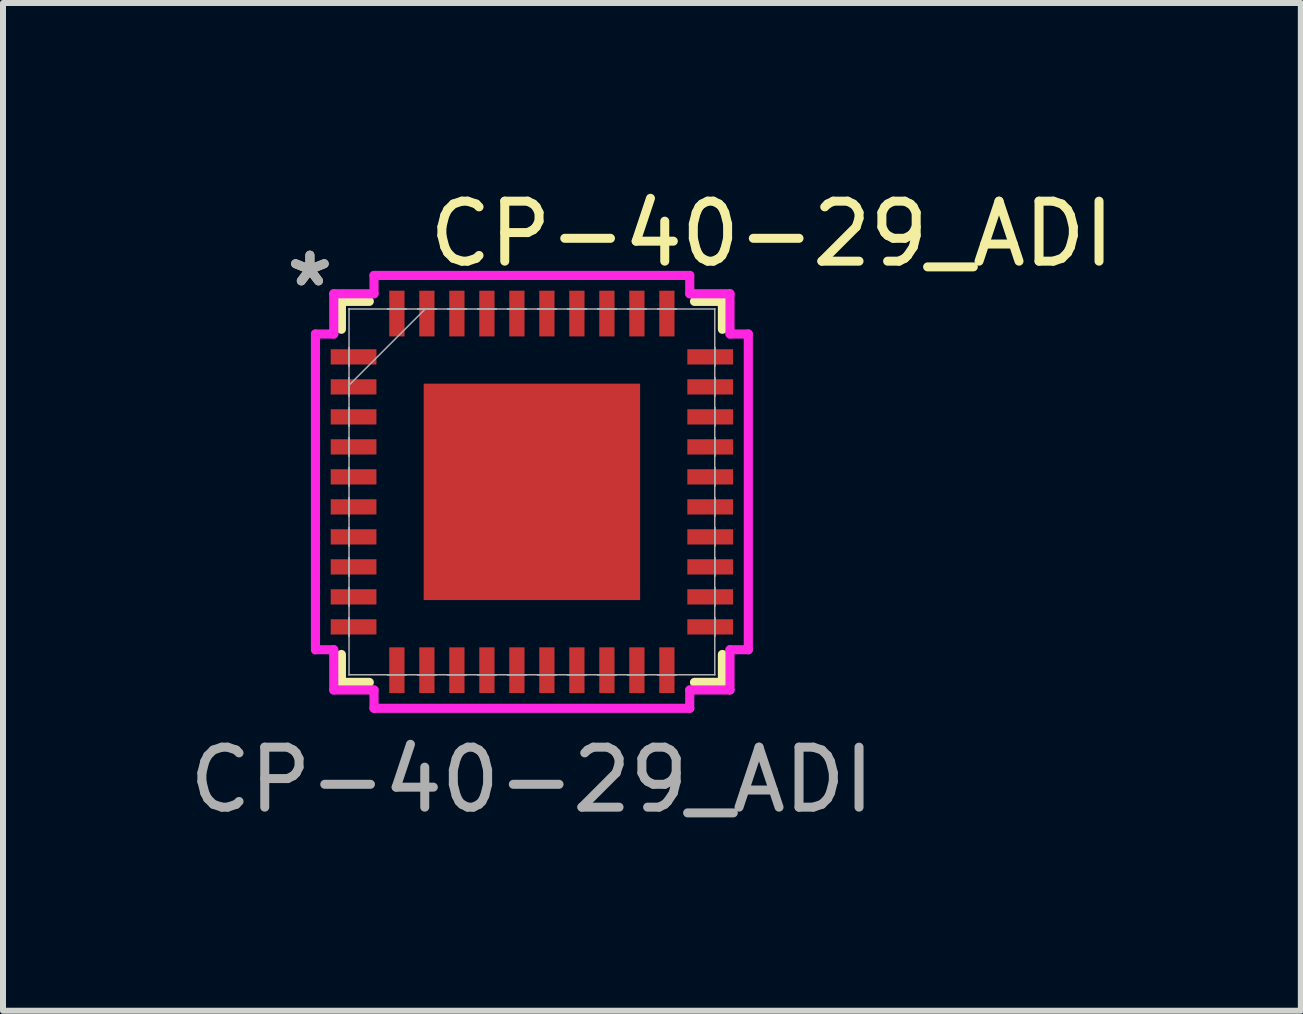
<source format=kicad_pcb>
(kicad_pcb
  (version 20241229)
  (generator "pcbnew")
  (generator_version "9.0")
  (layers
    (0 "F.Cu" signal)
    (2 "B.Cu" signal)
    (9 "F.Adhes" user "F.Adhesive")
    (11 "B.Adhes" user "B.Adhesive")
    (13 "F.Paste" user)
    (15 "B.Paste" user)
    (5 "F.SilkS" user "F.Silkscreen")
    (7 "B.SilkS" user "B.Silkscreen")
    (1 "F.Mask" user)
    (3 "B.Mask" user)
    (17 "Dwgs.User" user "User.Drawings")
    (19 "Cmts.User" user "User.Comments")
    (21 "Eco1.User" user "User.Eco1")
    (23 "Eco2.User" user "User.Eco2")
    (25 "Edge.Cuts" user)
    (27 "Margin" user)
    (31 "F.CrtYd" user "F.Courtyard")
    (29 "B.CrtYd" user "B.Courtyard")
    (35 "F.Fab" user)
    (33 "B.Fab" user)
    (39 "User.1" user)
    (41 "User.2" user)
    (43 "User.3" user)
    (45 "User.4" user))
  (footprint "CP-40-29_ADI"
    (layer "F.Cu")
    (at 5.815 5.148)
    (property "Reference" "CP-40-29_ADI" (at 4 -4.3 0) (unlocked yes) (layer "F.SilkS") (effects (font (size 1 1) (thickness 0.15))))
    (attr smd)
    (fp_line (start -3.175 -3.175) (end -3.175 -2.71) (stroke (width 0.152) (type solid)) (layer "F.SilkS"))
    (fp_line (start -3.175 2.71) (end -3.175 3.175) (stroke (width 0.152) (type solid)) (layer "F.SilkS"))
    (fp_line (start -3.175 3.175) (end -2.71 3.175) (stroke (width 0.152) (type solid)) (layer "F.SilkS"))
    (fp_line (start -2.71 -3.175) (end -3.175 -3.175) (stroke (width 0.152) (type solid)) (layer "F.SilkS"))
    (fp_line (start 2.71 3.175) (end 3.175 3.175) (stroke (width 0.152) (type solid)) (layer "F.SilkS"))
    (fp_line (start 3.175 -3.175) (end 2.71 -3.175) (stroke (width 0.152) (type solid)) (layer "F.SilkS"))
    (fp_line (start 3.175 -2.71) (end 3.175 -3.175) (stroke (width 0.152) (type solid)) (layer "F.SilkS"))
    (fp_line (start 3.175 3.175) (end 3.175 2.71) (stroke (width 0.152) (type solid)) (layer "F.SilkS"))
    (fp_poly (pts (xy -1.703 -1.703) (xy -1.703 -0.1) (xy -0.1 -0.1) (xy -0.1 -1.703)) (stroke (width 0) (type solid)) (fill yes) (layer "F.Paste"))
    (fp_poly (pts (xy -1.703 0.1) (xy -1.703 1.703) (xy -0.1 1.703) (xy -0.1 0.1)) (stroke (width 0) (type solid)) (fill yes) (layer "F.Paste"))
    (fp_poly (pts (xy 0.1 -1.703) (xy 0.1 -0.1) (xy 1.703 -0.1) (xy 1.703 -1.703)) (stroke (width 0) (type solid)) (fill yes) (layer "F.Paste"))
    (fp_poly (pts (xy 0.1 0.1) (xy 0.1 1.703) (xy 1.703 1.703) (xy 1.703 0.1)) (stroke (width 0) (type solid)) (fill yes) (layer "F.Paste"))
    (fp_line (start -3.607 -2.631) (end -3.302 -2.631) (stroke (width 0.152) (type solid)) (layer "F.CrtYd"))
    (fp_line (start -3.607 2.631) (end -3.607 -2.631) (stroke (width 0.152) (type solid)) (layer "F.CrtYd"))
    (fp_line (start -3.302 -3.302) (end -2.631 -3.302) (stroke (width 0.152) (type solid)) (layer "F.CrtYd"))
    (fp_line (start -3.302 -2.631) (end -3.302 -3.302) (stroke (width 0.152) (type solid)) (layer "F.CrtYd"))
    (fp_line (start -3.302 2.631) (end -3.607 2.631) (stroke (width 0.152) (type solid)) (layer "F.CrtYd"))
    (fp_line (start -3.302 3.302) (end -3.302 2.631) (stroke (width 0.152) (type solid)) (layer "F.CrtYd"))
    (fp_line (start -2.631 -3.607) (end 2.631 -3.607) (stroke (width 0.152) (type solid)) (layer "F.CrtYd"))
    (fp_line (start -2.631 -3.302) (end -2.631 -3.607) (stroke (width 0.152) (type solid)) (layer "F.CrtYd"))
    (fp_line (start -2.631 3.302) (end -3.302 3.302) (stroke (width 0.152) (type solid)) (layer "F.CrtYd"))
    (fp_line (start -2.631 3.607) (end -2.631 3.302) (stroke (width 0.152) (type solid)) (layer "F.CrtYd"))
    (fp_line (start 2.631 -3.607) (end 2.631 -3.302) (stroke (width 0.152) (type solid)) (layer "F.CrtYd"))
    (fp_line (start 2.631 -3.302) (end 3.302 -3.302) (stroke (width 0.152) (type solid)) (layer "F.CrtYd"))
    (fp_line (start 2.631 3.302) (end 2.631 3.607) (stroke (width 0.152) (type solid)) (layer "F.CrtYd"))
    (fp_line (start 2.631 3.607) (end -2.631 3.607) (stroke (width 0.152) (type solid)) (layer "F.CrtYd"))
    (fp_line (start 3.302 -3.302) (end 3.302 -2.631) (stroke (width 0.152) (type solid)) (layer "F.CrtYd"))
    (fp_line (start 3.302 -2.631) (end 3.607 -2.631) (stroke (width 0.152) (type solid)) (layer "F.CrtYd"))
    (fp_line (start 3.302 2.631) (end 3.302 3.302) (stroke (width 0.152) (type solid)) (layer "F.CrtYd"))
    (fp_line (start 3.302 3.302) (end 2.631 3.302) (stroke (width 0.152) (type solid)) (layer "F.CrtYd"))
    (fp_line (start 3.607 -2.631) (end 3.607 2.631) (stroke (width 0.152) (type solid)) (layer "F.CrtYd"))
    (fp_line (start 3.607 2.631) (end 3.302 2.631) (stroke (width 0.152) (type solid)) (layer "F.CrtYd"))
    (fp_line (start -3.048 -3.048) (end -3.048 -3.048) (stroke (width 0.025) (type solid)) (layer "F.Fab"))
    (fp_line (start -3.048 -3.048) (end -3.048 3.048) (stroke (width 0.025) (type solid)) (layer "F.Fab"))
    (fp_line (start -3.048 -2.402) (end -3.048 -2.402) (stroke (width 0.025) (type solid)) (layer "F.Fab"))
    (fp_line (start -3.048 -2.402) (end -3.048 -2.098) (stroke (width 0.025) (type solid)) (layer "F.Fab"))
    (fp_line (start -3.048 -2.098) (end -3.048 -2.402) (stroke (width 0.025) (type solid)) (layer "F.Fab"))
    (fp_line (start -3.048 -2.098) (end -3.048 -2.098) (stroke (width 0.025) (type solid)) (layer "F.Fab"))
    (fp_line (start -3.048 -1.902) (end -3.048 -1.902) (stroke (width 0.025) (type solid)) (layer "F.Fab"))
    (fp_line (start -3.048 -1.902) (end -3.048 -1.598) (stroke (width 0.025) (type solid)) (layer "F.Fab"))
    (fp_line (start -3.048 -1.778) (end -1.778 -3.048) (stroke (width 0.025) (type solid)) (layer "F.Fab"))
    (fp_line (start -3.048 -1.598) (end -3.048 -1.902) (stroke (width 0.025) (type solid)) (layer "F.Fab"))
    (fp_line (start -3.048 -1.598) (end -3.048 -1.598) (stroke (width 0.025) (type solid)) (layer "F.Fab"))
    (fp_line (start -3.048 -1.402) (end -3.048 -1.402) (stroke (width 0.025) (type solid)) (layer "F.Fab"))
    (fp_line (start -3.048 -1.402) (end -3.048 -1.098) (stroke (width 0.025) (type solid)) (layer "F.Fab"))
    (fp_line (start -3.048 -1.098) (end -3.048 -1.402) (stroke (width 0.025) (type solid)) (layer "F.Fab"))
    (fp_line (start -3.048 -1.098) (end -3.048 -1.098) (stroke (width 0.025) (type solid)) (layer "F.Fab"))
    (fp_line (start -3.048 -0.902) (end -3.048 -0.902) (stroke (width 0.025) (type solid)) (layer "F.Fab"))
    (fp_line (start -3.048 -0.902) (end -3.048 -0.598) (stroke (width 0.025) (type solid)) (layer "F.Fab"))
    (fp_line (start -3.048 -0.598) (end -3.048 -0.902) (stroke (width 0.025) (type solid)) (layer "F.Fab"))
    (fp_line (start -3.048 -0.598) (end -3.048 -0.598) (stroke (width 0.025) (type solid)) (layer "F.Fab"))
    (fp_line (start -3.048 -0.402) (end -3.048 -0.402) (stroke (width 0.025) (type solid)) (layer "F.Fab"))
    (fp_line (start -3.048 -0.402) (end -3.048 -0.098) (stroke (width 0.025) (type solid)) (layer "F.Fab"))
    (fp_line (start -3.048 -0.098) (end -3.048 -0.402) (stroke (width 0.025) (type solid)) (layer "F.Fab"))
    (fp_line (start -3.048 -0.098) (end -3.048 -0.098) (stroke (width 0.025) (type solid)) (layer "F.Fab"))
    (fp_line (start -3.048 0.098) (end -3.048 0.098) (stroke (width 0.025) (type solid)) (layer "F.Fab"))
    (fp_line (start -3.048 0.098) (end -3.048 0.402) (stroke (width 0.025) (type solid)) (layer "F.Fab"))
    (fp_line (start -3.048 0.402) (end -3.048 0.098) (stroke (width 0.025) (type solid)) (layer "F.Fab"))
    (fp_line (start -3.048 0.402) (end -3.048 0.402) (stroke (width 0.025) (type solid)) (layer "F.Fab"))
    (fp_line (start -3.048 0.598) (end -3.048 0.598) (stroke (width 0.025) (type solid)) (layer "F.Fab"))
    (fp_line (start -3.048 0.598) (end -3.048 0.902) (stroke (width 0.025) (type solid)) (layer "F.Fab"))
    (fp_line (start -3.048 0.902) (end -3.048 0.598) (stroke (width 0.025) (type solid)) (layer "F.Fab"))
    (fp_line (start -3.048 0.902) (end -3.048 0.902) (stroke (width 0.025) (type solid)) (layer "F.Fab"))
    (fp_line (start -3.048 1.098) (end -3.048 1.098) (stroke (width 0.025) (type solid)) (layer "F.Fab"))
    (fp_line (start -3.048 1.098) (end -3.048 1.402) (stroke (width 0.025) (type solid)) (layer "F.Fab"))
    (fp_line (start -3.048 1.402) (end -3.048 1.098) (stroke (width 0.025) (type solid)) (layer "F.Fab"))
    (fp_line (start -3.048 1.402) (end -3.048 1.402) (stroke (width 0.025) (type solid)) (layer "F.Fab"))
    (fp_line (start -3.048 1.598) (end -3.048 1.598) (stroke (width 0.025) (type solid)) (layer "F.Fab"))
    (fp_line (start -3.048 1.598) (end -3.048 1.902) (stroke (width 0.025) (type solid)) (layer "F.Fab"))
    (fp_line (start -3.048 1.902) (end -3.048 1.598) (stroke (width 0.025) (type solid)) (layer "F.Fab"))
    (fp_line (start -3.048 1.902) (end -3.048 1.902) (stroke (width 0.025) (type solid)) (layer "F.Fab"))
    (fp_line (start -3.048 2.098) (end -3.048 2.098) (stroke (width 0.025) (type solid)) (layer "F.Fab"))
    (fp_line (start -3.048 2.098) (end -3.048 2.402) (stroke (width 0.025) (type solid)) (layer "F.Fab"))
    (fp_line (start -3.048 2.402) (end -3.048 2.098) (stroke (width 0.025) (type solid)) (layer "F.Fab"))
    (fp_line (start -3.048 2.402) (end -3.048 2.402) (stroke (width 0.025) (type solid)) (layer "F.Fab"))
    (fp_line (start -3.048 3.048) (end -3.048 3.048) (stroke (width 0.025) (type solid)) (layer "F.Fab"))
    (fp_line (start -3.048 3.048) (end 3.048 3.048) (stroke (width 0.025) (type solid)) (layer "F.Fab"))
    (fp_line (start -2.402 -3.048) (end -2.402 -3.048) (stroke (width 0.025) (type solid)) (layer "F.Fab"))
    (fp_line (start -2.402 -3.048) (end -2.098 -3.048) (stroke (width 0.025) (type solid)) (layer "F.Fab"))
    (fp_line (start -2.402 3.048) (end -2.402 3.048) (stroke (width 0.025) (type solid)) (layer "F.Fab"))
    (fp_line (start -2.402 3.048) (end -2.098 3.048) (stroke (width 0.025) (type solid)) (layer "F.Fab"))
    (fp_line (start -2.098 -3.048) (end -2.402 -3.048) (stroke (width 0.025) (type solid)) (layer "F.Fab"))
    (fp_line (start -2.098 -3.048) (end -2.098 -3.048) (stroke (width 0.025) (type solid)) (layer "F.Fab"))
    (fp_line (start -2.098 3.048) (end -2.402 3.048) (stroke (width 0.025) (type solid)) (layer "F.Fab"))
    (fp_line (start -2.098 3.048) (end -2.098 3.048) (stroke (width 0.025) (type solid)) (layer "F.Fab"))
    (fp_line (start -1.902 -3.048) (end -1.902 -3.048) (stroke (width 0.025) (type solid)) (layer "F.Fab"))
    (fp_line (start -1.902 -3.048) (end -1.598 -3.048) (stroke (width 0.025) (type solid)) (layer "F.Fab"))
    (fp_line (start -1.902 3.048) (end -1.902 3.048) (stroke (width 0.025) (type solid)) (layer "F.Fab"))
    (fp_line (start -1.902 3.048) (end -1.598 3.048) (stroke (width 0.025) (type solid)) (layer "F.Fab"))
    (fp_line (start -1.598 -3.048) (end -1.902 -3.048) (stroke (width 0.025) (type solid)) (layer "F.Fab"))
    (fp_line (start -1.598 -3.048) (end -1.598 -3.048) (stroke (width 0.025) (type solid)) (layer "F.Fab"))
    (fp_line (start -1.598 3.048) (end -1.902 3.048) (stroke (width 0.025) (type solid)) (layer "F.Fab"))
    (fp_line (start -1.598 3.048) (end -1.598 3.048) (stroke (width 0.025) (type solid)) (layer "F.Fab"))
    (fp_line (start -1.402 -3.048) (end -1.402 -3.048) (stroke (width 0.025) (type solid)) (layer "F.Fab"))
    (fp_line (start -1.402 -3.048) (end -1.098 -3.048) (stroke (width 0.025) (type solid)) (layer "F.Fab"))
    (fp_line (start -1.402 3.048) (end -1.402 3.048) (stroke (width 0.025) (type solid)) (layer "F.Fab"))
    (fp_line (start -1.402 3.048) (end -1.098 3.048) (stroke (width 0.025) (type solid)) (layer "F.Fab"))
    (fp_line (start -1.098 -3.048) (end -1.402 -3.048) (stroke (width 0.025) (type solid)) (layer "F.Fab"))
    (fp_line (start -1.098 -3.048) (end -1.098 -3.048) (stroke (width 0.025) (type solid)) (layer "F.Fab"))
    (fp_line (start -1.098 3.048) (end -1.402 3.048) (stroke (width 0.025) (type solid)) (layer "F.Fab"))
    (fp_line (start -1.098 3.048) (end -1.098 3.048) (stroke (width 0.025) (type solid)) (layer "F.Fab"))
    (fp_line (start -0.902 -3.048) (end -0.902 -3.048) (stroke (width 0.025) (type solid)) (layer "F.Fab"))
    (fp_line (start -0.902 -3.048) (end -0.598 -3.048) (stroke (width 0.025) (type solid)) (layer "F.Fab"))
    (fp_line (start -0.902 3.048) (end -0.902 3.048) (stroke (width 0.025) (type solid)) (layer "F.Fab"))
    (fp_line (start -0.902 3.048) (end -0.598 3.048) (stroke (width 0.025) (type solid)) (layer "F.Fab"))
    (fp_line (start -0.598 -3.048) (end -0.902 -3.048) (stroke (width 0.025) (type solid)) (layer "F.Fab"))
    (fp_line (start -0.598 -3.048) (end -0.598 -3.048) (stroke (width 0.025) (type solid)) (layer "F.Fab"))
    (fp_line (start -0.598 3.048) (end -0.902 3.048) (stroke (width 0.025) (type solid)) (layer "F.Fab"))
    (fp_line (start -0.598 3.048) (end -0.598 3.048) (stroke (width 0.025) (type solid)) (layer "F.Fab"))
    (fp_line (start -0.402 -3.048) (end -0.402 -3.048) (stroke (width 0.025) (type solid)) (layer "F.Fab"))
    (fp_line (start -0.402 -3.048) (end -0.098 -3.048) (stroke (width 0.025) (type solid)) (layer "F.Fab"))
    (fp_line (start -0.402 3.048) (end -0.402 3.048) (stroke (width 0.025) (type solid)) (layer "F.Fab"))
    (fp_line (start -0.402 3.048) (end -0.098 3.048) (stroke (width 0.025) (type solid)) (layer "F.Fab"))
    (fp_line (start -0.098 -3.048) (end -0.402 -3.048) (stroke (width 0.025) (type solid)) (layer "F.Fab"))
    (fp_line (start -0.098 -3.048) (end -0.098 -3.048) (stroke (width 0.025) (type solid)) (layer "F.Fab"))
    (fp_line (start -0.098 3.048) (end -0.402 3.048) (stroke (width 0.025) (type solid)) (layer "F.Fab"))
    (fp_line (start -0.098 3.048) (end -0.098 3.048) (stroke (width 0.025) (type solid)) (layer "F.Fab"))
    (fp_line (start 0.098 -3.048) (end 0.098 -3.048) (stroke (width 0.025) (type solid)) (layer "F.Fab"))
    (fp_line (start 0.098 -3.048) (end 0.402 -3.048) (stroke (width 0.025) (type solid)) (layer "F.Fab"))
    (fp_line (start 0.098 3.048) (end 0.098 3.048) (stroke (width 0.025) (type solid)) (layer "F.Fab"))
    (fp_line (start 0.098 3.048) (end 0.402 3.048) (stroke (width 0.025) (type solid)) (layer "F.Fab"))
    (fp_line (start 0.402 -3.048) (end 0.098 -3.048) (stroke (width 0.025) (type solid)) (layer "F.Fab"))
    (fp_line (start 0.402 -3.048) (end 0.402 -3.048) (stroke (width 0.025) (type solid)) (layer "F.Fab"))
    (fp_line (start 0.402 3.048) (end 0.098 3.048) (stroke (width 0.025) (type solid)) (layer "F.Fab"))
    (fp_line (start 0.402 3.048) (end 0.402 3.048) (stroke (width 0.025) (type solid)) (layer "F.Fab"))
    (fp_line (start 0.598 -3.048) (end 0.598 -3.048) (stroke (width 0.025) (type solid)) (layer "F.Fab"))
    (fp_line (start 0.598 -3.048) (end 0.902 -3.048) (stroke (width 0.025) (type solid)) (layer "F.Fab"))
    (fp_line (start 0.598 3.048) (end 0.598 3.048) (stroke (width 0.025) (type solid)) (layer "F.Fab"))
    (fp_line (start 0.598 3.048) (end 0.902 3.048) (stroke (width 0.025) (type solid)) (layer "F.Fab"))
    (fp_line (start 0.902 -3.048) (end 0.598 -3.048) (stroke (width 0.025) (type solid)) (layer "F.Fab"))
    (fp_line (start 0.902 -3.048) (end 0.902 -3.048) (stroke (width 0.025) (type solid)) (layer "F.Fab"))
    (fp_line (start 0.902 3.048) (end 0.598 3.048) (stroke (width 0.025) (type solid)) (layer "F.Fab"))
    (fp_line (start 0.902 3.048) (end 0.902 3.048) (stroke (width 0.025) (type solid)) (layer "F.Fab"))
    (fp_line (start 1.098 -3.048) (end 1.098 -3.048) (stroke (width 0.025) (type solid)) (layer "F.Fab"))
    (fp_line (start 1.098 -3.048) (end 1.402 -3.048) (stroke (width 0.025) (type solid)) (layer "F.Fab"))
    (fp_line (start 1.098 3.048) (end 1.098 3.048) (stroke (width 0.025) (type solid)) (layer "F.Fab"))
    (fp_line (start 1.098 3.048) (end 1.402 3.048) (stroke (width 0.025) (type solid)) (layer "F.Fab"))
    (fp_line (start 1.402 -3.048) (end 1.098 -3.048) (stroke (width 0.025) (type solid)) (layer "F.Fab"))
    (fp_line (start 1.402 -3.048) (end 1.402 -3.048) (stroke (width 0.025) (type solid)) (layer "F.Fab"))
    (fp_line (start 1.402 3.048) (end 1.098 3.048) (stroke (width 0.025) (type solid)) (layer "F.Fab"))
    (fp_line (start 1.402 3.048) (end 1.402 3.048) (stroke (width 0.025) (type solid)) (layer "F.Fab"))
    (fp_line (start 1.598 -3.048) (end 1.598 -3.048) (stroke (width 0.025) (type solid)) (layer "F.Fab"))
    (fp_line (start 1.598 -3.048) (end 1.902 -3.048) (stroke (width 0.025) (type solid)) (layer "F.Fab"))
    (fp_line (start 1.598 3.048) (end 1.598 3.048) (stroke (width 0.025) (type solid)) (layer "F.Fab"))
    (fp_line (start 1.598 3.048) (end 1.902 3.048) (stroke (width 0.025) (type solid)) (layer "F.Fab"))
    (fp_line (start 1.902 -3.048) (end 1.598 -3.048) (stroke (width 0.025) (type solid)) (layer "F.Fab"))
    (fp_line (start 1.902 -3.048) (end 1.902 -3.048) (stroke (width 0.025) (type solid)) (layer "F.Fab"))
    (fp_line (start 1.902 3.048) (end 1.598 3.048) (stroke (width 0.025) (type solid)) (layer "F.Fab"))
    (fp_line (start 1.902 3.048) (end 1.902 3.048) (stroke (width 0.025) (type solid)) (layer "F.Fab"))
    (fp_line (start 2.098 -3.048) (end 2.098 -3.048) (stroke (width 0.025) (type solid)) (layer "F.Fab"))
    (fp_line (start 2.098 -3.048) (end 2.402 -3.048) (stroke (width 0.025) (type solid)) (layer "F.Fab"))
    (fp_line (start 2.098 3.048) (end 2.098 3.048) (stroke (width 0.025) (type solid)) (layer "F.Fab"))
    (fp_line (start 2.098 3.048) (end 2.402 3.048) (stroke (width 0.025) (type solid)) (layer "F.Fab"))
    (fp_line (start 2.402 -3.048) (end 2.098 -3.048) (stroke (width 0.025) (type solid)) (layer "F.Fab"))
    (fp_line (start 2.402 -3.048) (end 2.402 -3.048) (stroke (width 0.025) (type solid)) (layer "F.Fab"))
    (fp_line (start 2.402 3.048) (end 2.098 3.048) (stroke (width 0.025) (type solid)) (layer "F.Fab"))
    (fp_line (start 2.402 3.048) (end 2.402 3.048) (stroke (width 0.025) (type solid)) (layer "F.Fab"))
    (fp_line (start 3.048 -3.048) (end -3.048 -3.048) (stroke (width 0.025) (type solid)) (layer "F.Fab"))
    (fp_line (start 3.048 -3.048) (end 3.048 -3.048) (stroke (width 0.025) (type solid)) (layer "F.Fab"))
    (fp_line (start 3.048 -2.402) (end 3.048 -2.402) (stroke (width 0.025) (type solid)) (layer "F.Fab"))
    (fp_line (start 3.048 -2.402) (end 3.048 -2.098) (stroke (width 0.025) (type solid)) (layer "F.Fab"))
    (fp_line (start 3.048 -2.098) (end 3.048 -2.402) (stroke (width 0.025) (type solid)) (layer "F.Fab"))
    (fp_line (start 3.048 -2.098) (end 3.048 -2.098) (stroke (width 0.025) (type solid)) (layer "F.Fab"))
    (fp_line (start 3.048 -1.902) (end 3.048 -1.902) (stroke (width 0.025) (type solid)) (layer "F.Fab"))
    (fp_line (start 3.048 -1.902) (end 3.048 -1.598) (stroke (width 0.025) (type solid)) (layer "F.Fab"))
    (fp_line (start 3.048 -1.598) (end 3.048 -1.902) (stroke (width 0.025) (type solid)) (layer "F.Fab"))
    (fp_line (start 3.048 -1.598) (end 3.048 -1.598) (stroke (width 0.025) (type solid)) (layer "F.Fab"))
    (fp_line (start 3.048 -1.402) (end 3.048 -1.402) (stroke (width 0.025) (type solid)) (layer "F.Fab"))
    (fp_line (start 3.048 -1.402) (end 3.048 -1.098) (stroke (width 0.025) (type solid)) (layer "F.Fab"))
    (fp_line (start 3.048 -1.098) (end 3.048 -1.402) (stroke (width 0.025) (type solid)) (layer "F.Fab"))
    (fp_line (start 3.048 -1.098) (end 3.048 -1.098) (stroke (width 0.025) (type solid)) (layer "F.Fab"))
    (fp_line (start 3.048 -0.902) (end 3.048 -0.902) (stroke (width 0.025) (type solid)) (layer "F.Fab"))
    (fp_line (start 3.048 -0.902) (end 3.048 -0.598) (stroke (width 0.025) (type solid)) (layer "F.Fab"))
    (fp_line (start 3.048 -0.598) (end 3.048 -0.902) (stroke (width 0.025) (type solid)) (layer "F.Fab"))
    (fp_line (start 3.048 -0.598) (end 3.048 -0.598) (stroke (width 0.025) (type solid)) (layer "F.Fab"))
    (fp_line (start 3.048 -0.402) (end 3.048 -0.402) (stroke (width 0.025) (type solid)) (layer "F.Fab"))
    (fp_line (start 3.048 -0.402) (end 3.048 -0.098) (stroke (width 0.025) (type solid)) (layer "F.Fab"))
    (fp_line (start 3.048 -0.098) (end 3.048 -0.402) (stroke (width 0.025) (type solid)) (layer "F.Fab"))
    (fp_line (start 3.048 -0.098) (end 3.048 -0.098) (stroke (width 0.025) (type solid)) (layer "F.Fab"))
    (fp_line (start 3.048 0.098) (end 3.048 0.098) (stroke (width 0.025) (type solid)) (layer "F.Fab"))
    (fp_line (start 3.048 0.098) (end 3.048 0.402) (stroke (width 0.025) (type solid)) (layer "F.Fab"))
    (fp_line (start 3.048 0.402) (end 3.048 0.098) (stroke (width 0.025) (type solid)) (layer "F.Fab"))
    (fp_line (start 3.048 0.402) (end 3.048 0.402) (stroke (width 0.025) (type solid)) (layer "F.Fab"))
    (fp_line (start 3.048 0.598) (end 3.048 0.598) (stroke (width 0.025) (type solid)) (layer "F.Fab"))
    (fp_line (start 3.048 0.598) (end 3.048 0.902) (stroke (width 0.025) (type solid)) (layer "F.Fab"))
    (fp_line (start 3.048 0.902) (end 3.048 0.598) (stroke (width 0.025) (type solid)) (layer "F.Fab"))
    (fp_line (start 3.048 0.902) (end 3.048 0.902) (stroke (width 0.025) (type solid)) (layer "F.Fab"))
    (fp_line (start 3.048 1.098) (end 3.048 1.098) (stroke (width 0.025) (type solid)) (layer "F.Fab"))
    (fp_line (start 3.048 1.098) (end 3.048 1.402) (stroke (width 0.025) (type solid)) (layer "F.Fab"))
    (fp_line (start 3.048 1.402) (end 3.048 1.098) (stroke (width 0.025) (type solid)) (layer "F.Fab"))
    (fp_line (start 3.048 1.402) (end 3.048 1.402) (stroke (width 0.025) (type solid)) (layer "F.Fab"))
    (fp_line (start 3.048 1.598) (end 3.048 1.598) (stroke (width 0.025) (type solid)) (layer "F.Fab"))
    (fp_line (start 3.048 1.598) (end 3.048 1.902) (stroke (width 0.025) (type solid)) (layer "F.Fab"))
    (fp_line (start 3.048 1.902) (end 3.048 1.598) (stroke (width 0.025) (type solid)) (layer "F.Fab"))
    (fp_line (start 3.048 1.902) (end 3.048 1.902) (stroke (width 0.025) (type solid)) (layer "F.Fab"))
    (fp_line (start 3.048 2.098) (end 3.048 2.098) (stroke (width 0.025) (type solid)) (layer "F.Fab"))
    (fp_line (start 3.048 2.098) (end 3.048 2.402) (stroke (width 0.025) (type solid)) (layer "F.Fab"))
    (fp_line (start 3.048 2.402) (end 3.048 2.098) (stroke (width 0.025) (type solid)) (layer "F.Fab"))
    (fp_line (start 3.048 2.402) (end 3.048 2.402) (stroke (width 0.025) (type solid)) (layer "F.Fab"))
    (fp_line (start 3.048 3.048) (end 3.048 -3.048) (stroke (width 0.025) (type solid)) (layer "F.Fab"))
    (fp_line (start 3.048 3.048) (end 3.048 3.048) (stroke (width 0.025) (type solid)) (layer "F.Fab"))
    (fp_text user "*" (at -3.7 -3.4 0) (layer "F.SilkS") (effects (font (size 1 1) (thickness 0.15))))
    (fp_text user "*" (at -3.7 -3.4 0) (layer "F.Fab") (effects (font (size 1 1) (thickness 0.15))))
    (fp_text user "${REFERENCE}" (at 0 4.8 0) (unlocked yes) (layer "F.Fab") (effects (font (size 1 1) (thickness 0.15))))
    (pad "1" smd rect (at -2.972 -2.25 90) (size 0.254 0.762) (layers "F.Cu" "F.Mask" "F.Paste"))
    (pad "2" smd rect (at -2.972 -1.75 90) (size 0.254 0.762) (layers "F.Cu" "F.Mask" "F.Paste"))
    (pad "3" smd rect (at -2.972 -1.25 90) (size 0.254 0.762) (layers "F.Cu" "F.Mask" "F.Paste"))
    (pad "4" smd rect (at -2.972 -0.75 90) (size 0.254 0.762) (layers "F.Cu" "F.Mask" "F.Paste"))
    (pad "5" smd rect (at -2.972 -0.25 90) (size 0.254 0.762) (layers "F.Cu" "F.Mask" "F.Paste"))
    (pad "6" smd rect (at -2.972 0.25 90) (size 0.254 0.762) (layers "F.Cu" "F.Mask" "F.Paste"))
    (pad "7" smd rect (at -2.972 0.75 90) (size 0.254 0.762) (layers "F.Cu" "F.Mask" "F.Paste"))
    (pad "8" smd rect (at -2.972 1.25 90) (size 0.254 0.762) (layers "F.Cu" "F.Mask" "F.Paste"))
    (pad "9" smd rect (at -2.972 1.75 90) (size 0.254 0.762) (layers "F.Cu" "F.Mask" "F.Paste"))
    (pad "10" smd rect (at -2.972 2.25 90) (size 0.254 0.762) (layers "F.Cu" "F.Mask" "F.Paste"))
    (pad "11" smd rect (at -2.25 2.972) (size 0.254 0.762) (layers "F.Cu" "F.Mask" "F.Paste"))
    (pad "12" smd rect (at -1.75 2.972) (size 0.254 0.762) (layers "F.Cu" "F.Mask" "F.Paste"))
    (pad "13" smd rect (at -1.25 2.972) (size 0.254 0.762) (layers "F.Cu" "F.Mask" "F.Paste"))
    (pad "14" smd rect (at -0.75 2.972) (size 0.254 0.762) (layers "F.Cu" "F.Mask" "F.Paste"))
    (pad "15" smd rect (at -0.25 2.972) (size 0.254 0.762) (layers "F.Cu" "F.Mask" "F.Paste"))
    (pad "16" smd rect (at 0.25 2.972) (size 0.254 0.762) (layers "F.Cu" "F.Mask" "F.Paste"))
    (pad "17" smd rect (at 0.75 2.972) (size 0.254 0.762) (layers "F.Cu" "F.Mask" "F.Paste"))
    (pad "18" smd rect (at 1.25 2.972) (size 0.254 0.762) (layers "F.Cu" "F.Mask" "F.Paste"))
    (pad "19" smd rect (at 1.75 2.972) (size 0.254 0.762) (layers "F.Cu" "F.Mask" "F.Paste"))
    (pad "20" smd rect (at 2.25 2.972) (size 0.254 0.762) (layers "F.Cu" "F.Mask" "F.Paste"))
    (pad "21" smd rect (at 2.972 2.25 90) (size 0.254 0.762) (layers "F.Cu" "F.Mask" "F.Paste"))
    (pad "22" smd rect (at 2.972 1.75 90) (size 0.254 0.762) (layers "F.Cu" "F.Mask" "F.Paste"))
    (pad "23" smd rect (at 2.972 1.25 90) (size 0.254 0.762) (layers "F.Cu" "F.Mask" "F.Paste"))
    (pad "24" smd rect (at 2.972 0.75 90) (size 0.254 0.762) (layers "F.Cu" "F.Mask" "F.Paste"))
    (pad "25" smd rect (at 2.972 0.25 90) (size 0.254 0.762) (layers "F.Cu" "F.Mask" "F.Paste"))
    (pad "26" smd rect (at 2.972 -0.25 90) (size 0.254 0.762) (layers "F.Cu" "F.Mask" "F.Paste"))
    (pad "27" smd rect (at 2.972 -0.75 90) (size 0.254 0.762) (layers "F.Cu" "F.Mask" "F.Paste"))
    (pad "28" smd rect (at 2.972 -1.25 90) (size 0.254 0.762) (layers "F.Cu" "F.Mask" "F.Paste"))
    (pad "29" smd rect (at 2.972 -1.75 90) (size 0.254 0.762) (layers "F.Cu" "F.Mask" "F.Paste"))
    (pad "30" smd rect (at 2.972 -2.25 90) (size 0.254 0.762) (layers "F.Cu" "F.Mask" "F.Paste"))
    (pad "31" smd rect (at 2.25 -2.972) (size 0.254 0.762) (layers "F.Cu" "F.Mask" "F.Paste"))
    (pad "32" smd rect (at 1.75 -2.972) (size 0.254 0.762) (layers "F.Cu" "F.Mask" "F.Paste"))
    (pad "33" smd rect (at 1.25 -2.972) (size 0.254 0.762) (layers "F.Cu" "F.Mask" "F.Paste"))
    (pad "34" smd rect (at 0.75 -2.972) (size 0.254 0.762) (layers "F.Cu" "F.Mask" "F.Paste"))
    (pad "35" smd rect (at 0.25 -2.972) (size 0.254 0.762) (layers "F.Cu" "F.Mask" "F.Paste"))
    (pad "36" smd rect (at -0.25 -2.972) (size 0.254 0.762) (layers "F.Cu" "F.Mask" "F.Paste"))
    (pad "37" smd rect (at -0.75 -2.972) (size 0.254 0.762) (layers "F.Cu" "F.Mask" "F.Paste"))
    (pad "38" smd rect (at -1.25 -2.972) (size 0.254 0.762) (layers "F.Cu" "F.Mask" "F.Paste"))
    (pad "39" smd rect (at -1.75 -2.972) (size 0.254 0.762) (layers "F.Cu" "F.Mask" "F.Paste"))
    (pad "40" smd rect (at -2.25 -2.972) (size 0.254 0.762) (layers "F.Cu" "F.Mask" "F.Paste"))
    (pad "41" smd rect (at 0 0) (size 3.607 3.607) (layers "F.Cu" "F.Mask" "F.Paste")))
  (gr_rect
    (start -3 -3)
    (end 18.631 13.796)
    (stroke (width 0.1) (type default))
    (fill no)
    (layer "Edge.Cuts")))
</source>
